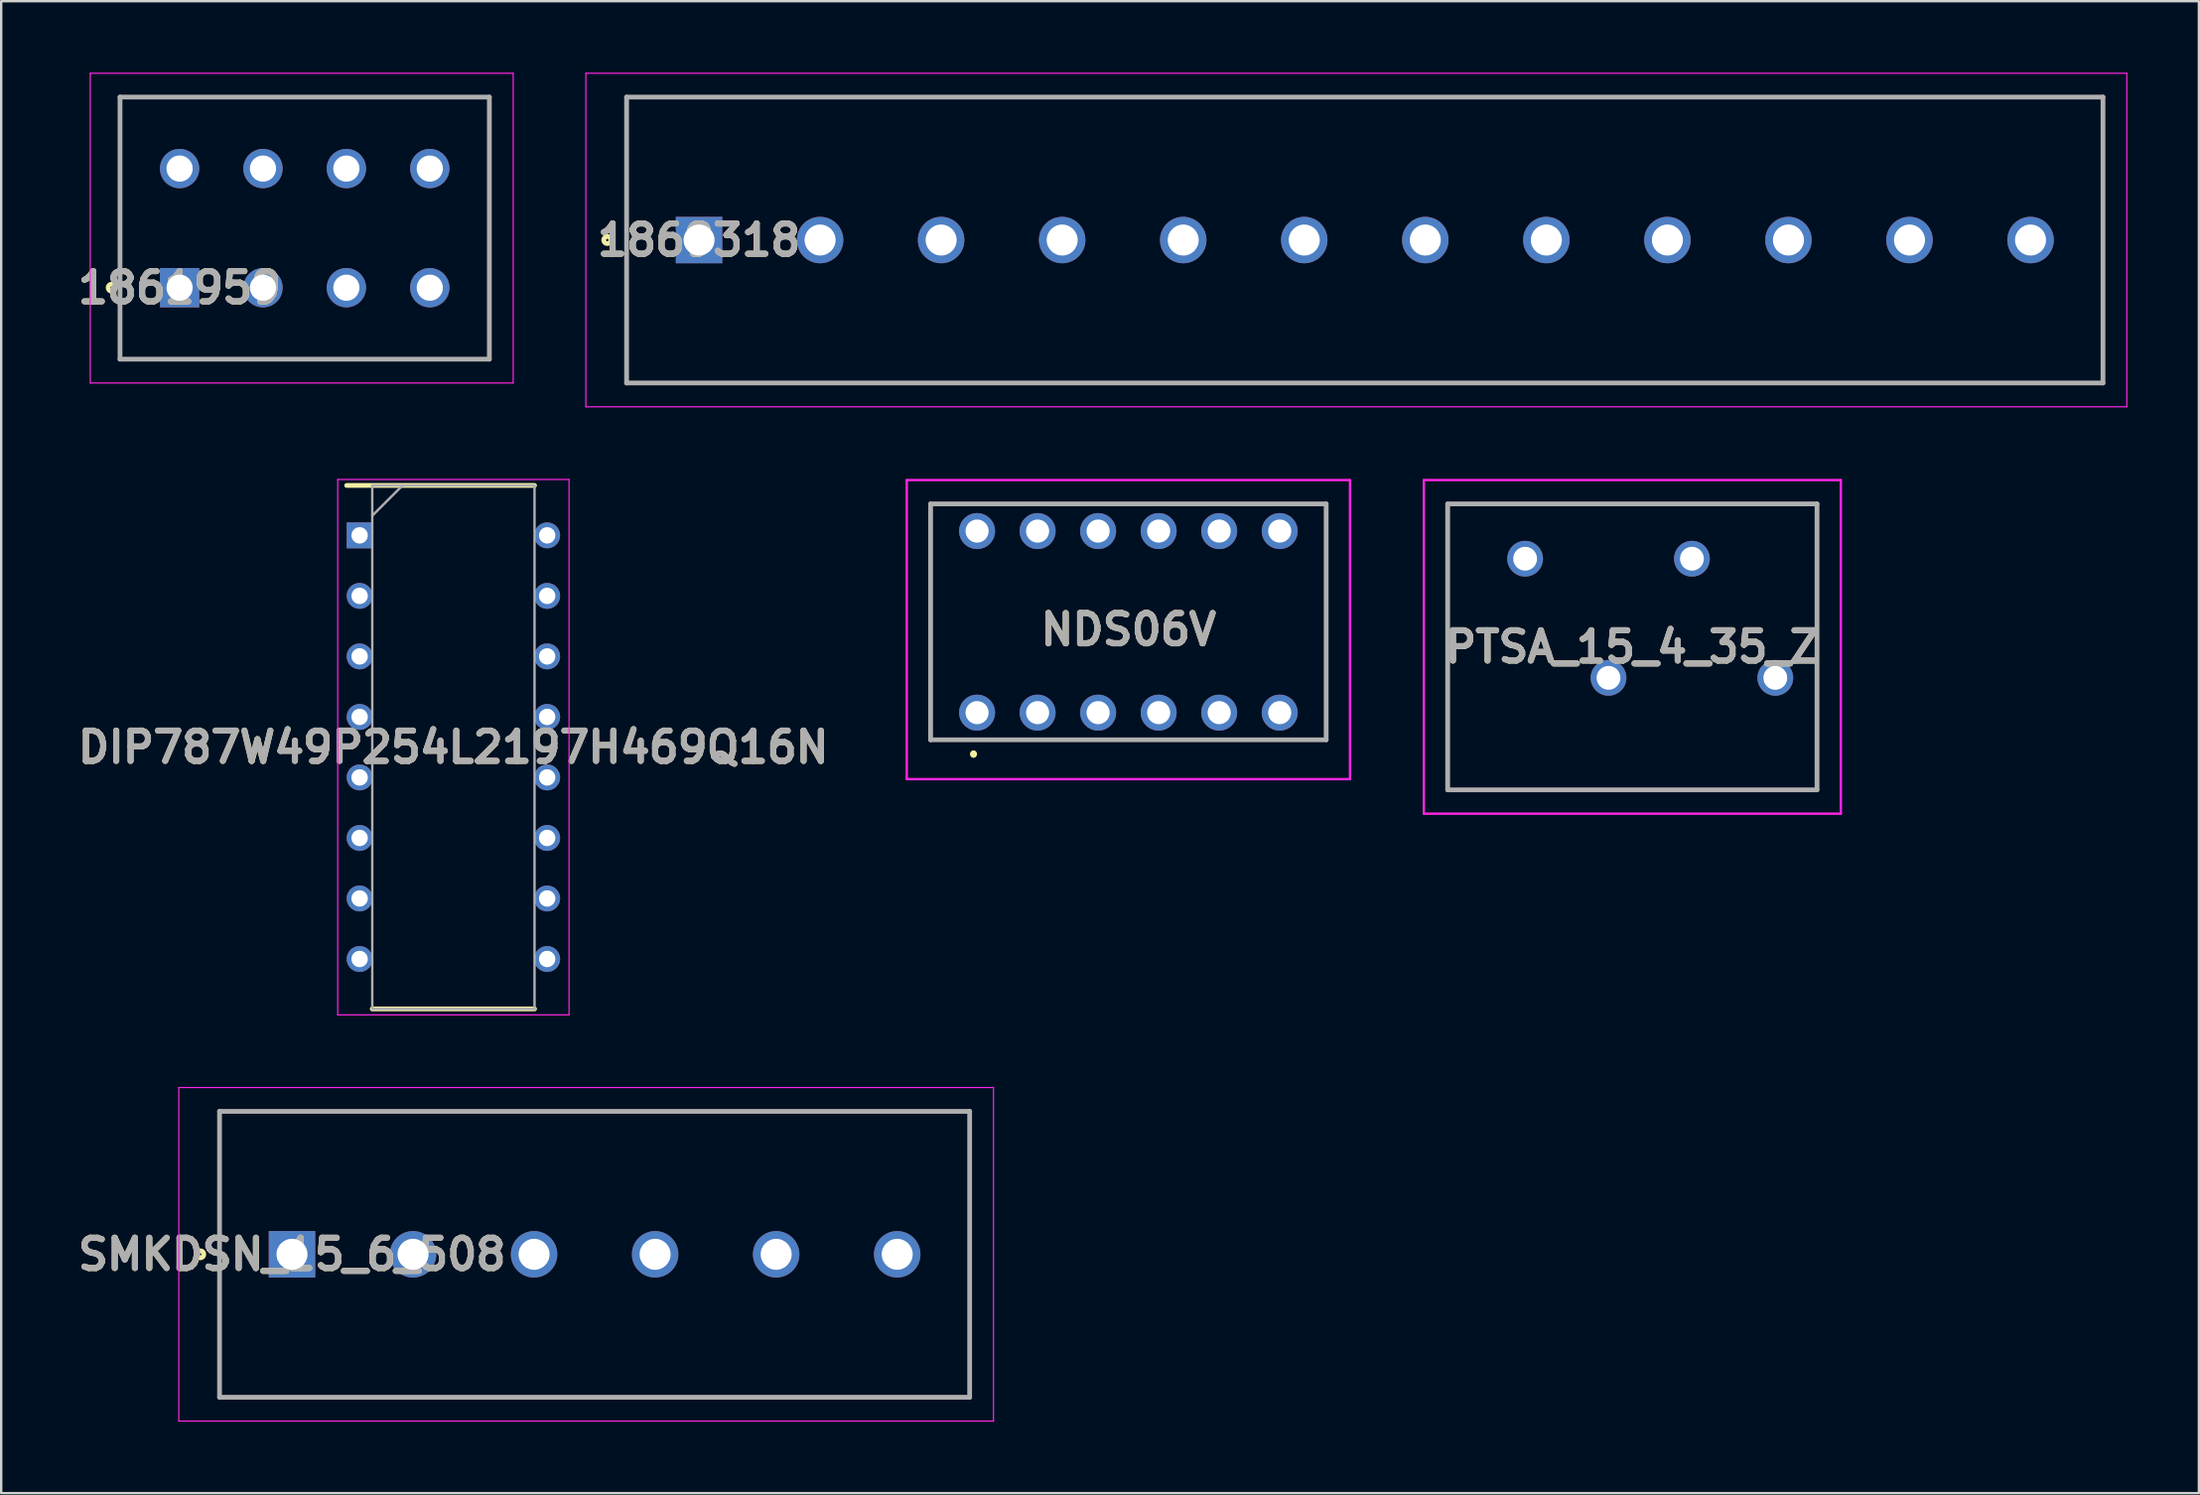
<source format=kicad_pcb>
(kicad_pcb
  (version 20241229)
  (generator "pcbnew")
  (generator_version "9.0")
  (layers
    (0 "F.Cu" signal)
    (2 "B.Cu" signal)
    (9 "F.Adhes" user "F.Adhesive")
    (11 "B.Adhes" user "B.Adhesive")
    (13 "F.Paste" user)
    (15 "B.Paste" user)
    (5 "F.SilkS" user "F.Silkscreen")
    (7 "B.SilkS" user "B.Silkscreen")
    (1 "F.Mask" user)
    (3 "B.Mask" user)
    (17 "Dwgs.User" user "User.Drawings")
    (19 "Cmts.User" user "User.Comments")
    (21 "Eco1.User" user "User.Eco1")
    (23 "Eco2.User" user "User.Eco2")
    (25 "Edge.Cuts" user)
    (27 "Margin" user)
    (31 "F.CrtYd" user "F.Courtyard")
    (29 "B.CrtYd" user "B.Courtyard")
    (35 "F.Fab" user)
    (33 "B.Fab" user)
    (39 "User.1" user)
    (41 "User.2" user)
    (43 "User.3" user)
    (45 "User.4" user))
  (footprint "1869318"
    (layer "F.Cu")
    (at 26.287 7.025)
    (property "Reference" "1869318" (at 0 0 0) (layer "F.SilkS") (effects (font (size 1.27 1.27) (thickness 0.254))))
    (attr through_hole)
    (fp_line (start -3.04 -6) (end 58.92 -6) (stroke (width 0.1) (type solid)) (layer "F.SilkS"))
    (fp_line (start -3.04 6) (end -3.04 -6) (stroke (width 0.1) (type solid)) (layer "F.SilkS"))
    (fp_line (start 58.92 -6) (end 58.92 6) (stroke (width 0.1) (type solid)) (layer "F.SilkS"))
    (fp_line (start 58.92 6) (end -3.04 6) (stroke (width 0.1) (type solid)) (layer "F.SilkS"))
    (fp_circle (center -3.85 0) (end -3.85 0.05) (stroke (width 0.2) (type solid)) (fill no) (layer "F.SilkS"))
    (fp_line (start -4.75 -7) (end 59.92 -7) (stroke (width 0.05) (type solid)) (layer "F.CrtYd"))
    (fp_line (start -4.75 7) (end -4.75 -7) (stroke (width 0.05) (type solid)) (layer "F.CrtYd"))
    (fp_line (start 59.92 -7) (end 59.92 7) (stroke (width 0.05) (type solid)) (layer "F.CrtYd"))
    (fp_line (start 59.92 7) (end -4.75 7) (stroke (width 0.05) (type solid)) (layer "F.CrtYd"))
    (fp_line (start -3.04 -6) (end 58.92 -6) (stroke (width 0.2) (type solid)) (layer "F.Fab"))
    (fp_line (start -3.04 6) (end -3.04 -6) (stroke (width 0.2) (type solid)) (layer "F.Fab"))
    (fp_line (start 58.92 -6) (end 58.92 6) (stroke (width 0.2) (type solid)) (layer "F.Fab"))
    (fp_line (start 58.92 6) (end -3.04 6) (stroke (width 0.2) (type solid)) (layer "F.Fab"))
    (fp_text user "${REFERENCE}" (at 0 0 0) (layer "F.Fab") (effects (font (size 1.27 1.27) (thickness 0.254))))
    (pad "1" thru_hole rect (at 0 0) (size 1.95 1.95) (drill 1.3) (layers "*.Cu" "*.Mask"))
    (pad "2" thru_hole circle (at 5.08 0) (size 1.95 1.95) (drill 1.3) (layers "*.Cu" "*.Mask"))
    (pad "3" thru_hole circle (at 10.16 0) (size 1.95 1.95) (drill 1.3) (layers "*.Cu" "*.Mask"))
    (pad "4" thru_hole circle (at 15.24 0) (size 1.95 1.95) (drill 1.3) (layers "*.Cu" "*.Mask"))
    (pad "5" thru_hole circle (at 20.32 0) (size 1.95 1.95) (drill 1.3) (layers "*.Cu" "*.Mask"))
    (pad "6" thru_hole circle (at 25.4 0) (size 1.95 1.95) (drill 1.3) (layers "*.Cu" "*.Mask"))
    (pad "7" thru_hole circle (at 30.48 0) (size 1.95 1.95) (drill 1.3) (layers "*.Cu" "*.Mask"))
    (pad "8" thru_hole circle (at 35.56 0) (size 1.95 1.95) (drill 1.3) (layers "*.Cu" "*.Mask"))
    (pad "9" thru_hole circle (at 40.64 0) (size 1.95 1.95) (drill 1.3) (layers "*.Cu" "*.Mask"))
    (pad "10" thru_hole circle (at 45.72 0) (size 1.95 1.95) (drill 1.3) (layers "*.Cu" "*.Mask"))
    (pad "11" thru_hole circle (at 50.8 0) (size 1.95 1.95) (drill 1.3) (layers "*.Cu" "*.Mask"))
    (pad "12" thru_hole circle (at 55.88 0) (size 1.95 1.95) (drill 1.3) (layers "*.Cu" "*.Mask")))
  (footprint "NDS06V"
    (layer "F.Cu")
    (at 37.956 26.86)
    (property "Reference" "NDS06V" (at 6.35 -3.485 0) (layer "F.SilkS") (effects (font (size 1.27 1.27) (thickness 0.254))))
    (attr through_hole)
    (fp_line (start -1.95 -8.76) (end 14.65 -8.76) (stroke (width 0.1) (type solid)) (layer "F.SilkS"))
    (fp_line (start -1.95 1.14) (end -1.95 -8.76) (stroke (width 0.1) (type solid)) (layer "F.SilkS"))
    (fp_line (start -0.15 1.69) (end -0.15 1.69) (stroke (width 0.2) (type solid)) (layer "F.SilkS"))
    (fp_line (start -0.15 1.79) (end -0.15 1.79) (stroke (width 0.2) (type solid)) (layer "F.SilkS"))
    (fp_line (start 14.65 -8.76) (end 14.65 1.14) (stroke (width 0.1) (type solid)) (layer "F.SilkS"))
    (fp_line (start 14.65 1.14) (end -1.95 1.14) (stroke (width 0.1) (type solid)) (layer "F.SilkS"))
    (fp_arc (start -0.15 1.69) (mid -0.1 1.74) (end -0.15 1.79) (stroke (width 0.2) (type solid)) (layer "F.SilkS"))
    (fp_arc (start -0.15 1.79) (mid -0.2 1.74) (end -0.15 1.69) (stroke (width 0.2) (type solid)) (layer "F.SilkS"))
    (fp_line (start -2.95 -9.76) (end 15.65 -9.76) (stroke (width 0.1) (type solid)) (layer "F.CrtYd"))
    (fp_line (start -2.95 2.79) (end -2.95 -9.76) (stroke (width 0.1) (type solid)) (layer "F.CrtYd"))
    (fp_line (start 15.65 -9.76) (end 15.65 2.79) (stroke (width 0.1) (type solid)) (layer "F.CrtYd"))
    (fp_line (start 15.65 2.79) (end -2.95 2.79) (stroke (width 0.1) (type solid)) (layer "F.CrtYd"))
    (fp_line (start -1.95 -8.76) (end 14.65 -8.76) (stroke (width 0.2) (type solid)) (layer "F.Fab"))
    (fp_line (start -1.95 1.14) (end -1.95 -8.76) (stroke (width 0.2) (type solid)) (layer "F.Fab"))
    (fp_line (start 14.65 -8.76) (end 14.65 1.14) (stroke (width 0.2) (type solid)) (layer "F.Fab"))
    (fp_line (start 14.65 1.14) (end -1.95 1.14) (stroke (width 0.2) (type solid)) (layer "F.Fab"))
    (fp_text user "${REFERENCE}" (at 6.35 -3.485 0) (layer "F.Fab") (effects (font (size 1.27 1.27) (thickness 0.254))))
    (pad "1" thru_hole circle (at 0 0) (size 1.509 1.509) (drill 0.97) (layers "*.Cu" "*.Mask"))
    (pad "2" thru_hole circle (at 2.54 0) (size 1.509 1.509) (drill 0.97) (layers "*.Cu" "*.Mask"))
    (pad "3" thru_hole circle (at 5.08 0) (size 1.509 1.509) (drill 0.97) (layers "*.Cu" "*.Mask"))
    (pad "4" thru_hole circle (at 7.62 0) (size 1.509 1.509) (drill 0.97) (layers "*.Cu" "*.Mask"))
    (pad "5" thru_hole circle (at 10.16 0) (size 1.509 1.509) (drill 0.97) (layers "*.Cu" "*.Mask"))
    (pad "6" thru_hole circle (at 12.7 0) (size 1.509 1.509) (drill 0.97) (layers "*.Cu" "*.Mask"))
    (pad "7" thru_hole circle (at 12.7 -7.62) (size 1.509 1.509) (drill 0.97) (layers "*.Cu" "*.Mask"))
    (pad "8" thru_hole circle (at 10.16 -7.62) (size 1.509 1.509) (drill 0.97) (layers "*.Cu" "*.Mask"))
    (pad "9" thru_hole circle (at 7.62 -7.62) (size 1.509 1.509) (drill 0.97) (layers "*.Cu" "*.Mask"))
    (pad "10" thru_hole circle (at 5.08 -7.62) (size 1.509 1.509) (drill 0.97) (layers "*.Cu" "*.Mask"))
    (pad "11" thru_hole circle (at 2.54 -7.62) (size 1.509 1.509) (drill 0.97) (layers "*.Cu" "*.Mask"))
    (pad "12" thru_hole circle (at 0 -7.62) (size 1.509 1.509) (drill 0.97) (layers "*.Cu" "*.Mask")))
  (footprint "1861959"
    (layer "F.Cu")
    (at 4.487 9.025)
    (property "Reference" "1861959" (at 0 0 0) (layer "F.SilkS") (effects (font (size 1.27 1.27) (thickness 0.254))))
    (attr through_hole)
    (fp_line (start -2.5 -8) (end 13 -8) (stroke (width 0.1) (type solid)) (layer "F.SilkS"))
    (fp_line (start -2.5 3) (end -2.5 -8) (stroke (width 0.1) (type solid)) (layer "F.SilkS"))
    (fp_line (start 13 -8) (end 13 3) (stroke (width 0.1) (type solid)) (layer "F.SilkS"))
    (fp_line (start 13 3) (end -2.5 3) (stroke (width 0.1) (type solid)) (layer "F.SilkS"))
    (fp_circle (center -2.85 0) (end -2.85 0.05) (stroke (width 0.2) (type solid)) (fill no) (layer "F.SilkS"))
    (fp_line (start -3.75 -9) (end 14 -9) (stroke (width 0.05) (type solid)) (layer "F.CrtYd"))
    (fp_line (start -3.75 4) (end -3.75 -9) (stroke (width 0.05) (type solid)) (layer "F.CrtYd"))
    (fp_line (start 14 -9) (end 14 4) (stroke (width 0.05) (type solid)) (layer "F.CrtYd"))
    (fp_line (start 14 4) (end -3.75 4) (stroke (width 0.05) (type solid)) (layer "F.CrtYd"))
    (fp_line (start -2.5 -8) (end 13 -8) (stroke (width 0.2) (type solid)) (layer "F.Fab"))
    (fp_line (start -2.5 3) (end -2.5 -8) (stroke (width 0.2) (type solid)) (layer "F.Fab"))
    (fp_line (start 13 -8) (end 13 3) (stroke (width 0.2) (type solid)) (layer "F.Fab"))
    (fp_line (start 13 3) (end -2.5 3) (stroke (width 0.2) (type solid)) (layer "F.Fab"))
    (fp_text user "${REFERENCE}" (at 0 0 0) (layer "F.Fab") (effects (font (size 1.27 1.27) (thickness 0.254))))
    (pad "1" thru_hole rect (at 0 0) (size 1.65 1.65) (drill 1.1) (layers "*.Cu" "*.Mask"))
    (pad "2" thru_hole circle (at 0 -5) (size 1.65 1.65) (drill 1.1) (layers "*.Cu" "*.Mask"))
    (pad "3" thru_hole circle (at 3.5 0) (size 1.65 1.65) (drill 1.1) (layers "*.Cu" "*.Mask"))
    (pad "4" thru_hole circle (at 3.5 -5) (size 1.65 1.65) (drill 1.1) (layers "*.Cu" "*.Mask"))
    (pad "5" thru_hole circle (at 7 0) (size 1.65 1.65) (drill 1.1) (layers "*.Cu" "*.Mask"))
    (pad "6" thru_hole circle (at 7 -5) (size 1.65 1.65) (drill 1.1) (layers "*.Cu" "*.Mask"))
    (pad "7" thru_hole circle (at 10.5 0) (size 1.65 1.65) (drill 1.1) (layers "*.Cu" "*.Mask"))
    (pad "8" thru_hole circle (at 10.5 -5) (size 1.65 1.65) (drill 1.1) (layers "*.Cu" "*.Mask")))
  (footprint "PTSA_15_4_35_Z"
    (layer "F.Cu")
    (at 60.956 20.4)
    (property "Reference" "PTSA_15_4_35_Z" (at 4.5 3.7 0) (layer "F.SilkS") (effects (font (size 1.27 1.27) (thickness 0.254))))
    (attr through_hole)
    (fp_line (start -3.25 -2.3) (end -3.25 9.7) (stroke (width 0.1) (type solid)) (layer "F.SilkS"))
    (fp_line (start -3.25 9.7) (end 12.25 9.7) (stroke (width 0.1) (type solid)) (layer "F.SilkS"))
    (fp_line (start 12.25 -2.3) (end -3.25 -2.3) (stroke (width 0.1) (type solid)) (layer "F.SilkS"))
    (fp_line (start 12.25 9.7) (end 12.25 -2.3) (stroke (width 0.1) (type solid)) (layer "F.SilkS"))
    (fp_line (start -4.25 -3.3) (end 13.25 -3.3) (stroke (width 0.1) (type solid)) (layer "F.CrtYd"))
    (fp_line (start -4.25 10.7) (end -4.25 -3.3) (stroke (width 0.1) (type solid)) (layer "F.CrtYd"))
    (fp_line (start 13.25 -3.3) (end 13.25 10.7) (stroke (width 0.1) (type solid)) (layer "F.CrtYd"))
    (fp_line (start 13.25 10.7) (end -4.25 10.7) (stroke (width 0.1) (type solid)) (layer "F.CrtYd"))
    (fp_line (start -3.25 -2.3) (end -3.25 9.7) (stroke (width 0.2) (type solid)) (layer "F.Fab"))
    (fp_line (start -3.25 9.7) (end 12.25 9.7) (stroke (width 0.2) (type solid)) (layer "F.Fab"))
    (fp_line (start 12.25 -2.3) (end -3.25 -2.3) (stroke (width 0.2) (type solid)) (layer "F.Fab"))
    (fp_line (start 12.25 9.7) (end 12.25 -2.3) (stroke (width 0.2) (type solid)) (layer "F.Fab"))
    (fp_text user "${REFERENCE}" (at 4.5 3.7 0) (layer "F.Fab") (effects (font (size 1.27 1.27) (thickness 0.254))))
    (pad "1" thru_hole circle (at 0 0) (size 1.5 1.5) (drill 1) (layers "*.Cu" "*.Mask"))
    (pad "2" thru_hole circle (at 3.5 5) (size 1.5 1.5) (drill 1) (layers "*.Cu" "*.Mask"))
    (pad "3" thru_hole circle (at 7 0) (size 1.5 1.5) (drill 1) (layers "*.Cu" "*.Mask"))
    (pad "4" thru_hole circle (at 10.5 5) (size 1.5 1.5) (drill 1) (layers "*.Cu" "*.Mask")))
  (footprint "DIP787W49P254L2197H469Q16N"
    (layer "F.Cu")
    (at 15.978 28.31)
    (property "Reference" "DIP787W49P254L2197H469Q16N" (at 0 0 0) (layer "F.SilkS") (effects (font (size 1.27 1.27) (thickness 0.254))))
    (attr through_hole)
    (fp_line (start -4.479 -10.985) (end 3.405 -10.985) (stroke (width 0.2) (type solid)) (layer "F.SilkS"))
    (fp_line (start -3.405 10.985) (end 3.405 10.985) (stroke (width 0.2) (type solid)) (layer "F.SilkS"))
    (fp_line (start -4.854 -11.235) (end 4.854 -11.235) (stroke (width 0.05) (type solid)) (layer "F.CrtYd"))
    (fp_line (start -4.854 11.235) (end -4.854 -11.235) (stroke (width 0.05) (type solid)) (layer "F.CrtYd"))
    (fp_line (start 4.854 -11.235) (end 4.854 11.235) (stroke (width 0.05) (type solid)) (layer "F.CrtYd"))
    (fp_line (start 4.854 11.235) (end -4.854 11.235) (stroke (width 0.05) (type solid)) (layer "F.CrtYd"))
    (fp_line (start -3.405 -10.985) (end 3.405 -10.985) (stroke (width 0.1) (type solid)) (layer "F.Fab"))
    (fp_line (start -3.405 -9.715) (end -2.135 -10.985) (stroke (width 0.1) (type solid)) (layer "F.Fab"))
    (fp_line (start -3.405 10.985) (end -3.405 -10.985) (stroke (width 0.1) (type solid)) (layer "F.Fab"))
    (fp_line (start 3.405 -10.985) (end 3.405 10.985) (stroke (width 0.1) (type solid)) (layer "F.Fab"))
    (fp_line (start 3.405 10.985) (end -3.405 10.985) (stroke (width 0.1) (type solid)) (layer "F.Fab"))
    (fp_text user "${REFERENCE}" (at 0 0 0) (layer "F.Fab") (effects (font (size 1.27 1.27) (thickness 0.254))))
    (pad "1" thru_hole rect (at -3.935 -8.89) (size 1.088 1.088) (drill 0.688) (layers "*.Cu" "*.Mask"))
    (pad "2" thru_hole circle (at -3.935 -6.35) (size 1.088 1.088) (drill 0.688) (layers "*.Cu" "*.Mask"))
    (pad "3" thru_hole circle (at -3.935 -3.81) (size 1.088 1.088) (drill 0.688) (layers "*.Cu" "*.Mask"))
    (pad "4" thru_hole circle (at -3.935 -1.27) (size 1.088 1.088) (drill 0.688) (layers "*.Cu" "*.Mask"))
    (pad "5" thru_hole circle (at -3.935 1.27) (size 1.088 1.088) (drill 0.688) (layers "*.Cu" "*.Mask"))
    (pad "6" thru_hole circle (at -3.935 3.81) (size 1.088 1.088) (drill 0.688) (layers "*.Cu" "*.Mask"))
    (pad "7" thru_hole circle (at -3.935 6.35) (size 1.088 1.088) (drill 0.688) (layers "*.Cu" "*.Mask"))
    (pad "8" thru_hole circle (at -3.935 8.89) (size 1.088 1.088) (drill 0.688) (layers "*.Cu" "*.Mask"))
    (pad "9" thru_hole circle (at 3.935 8.89) (size 1.088 1.088) (drill 0.688) (layers "*.Cu" "*.Mask"))
    (pad "10" thru_hole circle (at 3.935 6.35) (size 1.088 1.088) (drill 0.688) (layers "*.Cu" "*.Mask"))
    (pad "11" thru_hole circle (at 3.935 3.81) (size 1.088 1.088) (drill 0.688) (layers "*.Cu" "*.Mask"))
    (pad "12" thru_hole circle (at 3.935 1.27) (size 1.088 1.088) (drill 0.688) (layers "*.Cu" "*.Mask"))
    (pad "13" thru_hole circle (at 3.935 -1.27) (size 1.088 1.088) (drill 0.688) (layers "*.Cu" "*.Mask"))
    (pad "14" thru_hole circle (at 3.935 -3.81) (size 1.088 1.088) (drill 0.688) (layers "*.Cu" "*.Mask"))
    (pad "15" thru_hole circle (at 3.935 -6.35) (size 1.088 1.088) (drill 0.688) (layers "*.Cu" "*.Mask"))
    (pad "16" thru_hole circle (at 3.935 -8.89) (size 1.088 1.088) (drill 0.688) (layers "*.Cu" "*.Mask")))
  (footprint "SMKDSN_15_6_508"
    (layer "F.Cu")
    (at 9.204 49.595)
    (property "Reference" "SMKDSN_15_6_508" (at 0 0 0) (layer "F.SilkS") (effects (font (size 1.27 1.27) (thickness 0.254))))
    (attr through_hole)
    (fp_line (start -3.04 -6) (end 28.44 -6) (stroke (width 0.1) (type solid)) (layer "F.SilkS"))
    (fp_line (start -3.04 6) (end -3.04 -6) (stroke (width 0.1) (type solid)) (layer "F.SilkS"))
    (fp_line (start 28.44 -6) (end 28.44 6) (stroke (width 0.1) (type solid)) (layer "F.SilkS"))
    (fp_line (start 28.44 6) (end -3.04 6) (stroke (width 0.1) (type solid)) (layer "F.SilkS"))
    (fp_circle (center -3.85 0) (end -3.85 0.05) (stroke (width 0.2) (type solid)) (fill no) (layer "F.SilkS"))
    (fp_line (start -4.75 -7) (end 29.44 -7) (stroke (width 0.05) (type solid)) (layer "F.CrtYd"))
    (fp_line (start -4.75 7) (end -4.75 -7) (stroke (width 0.05) (type solid)) (layer "F.CrtYd"))
    (fp_line (start 29.44 -7) (end 29.44 7) (stroke (width 0.05) (type solid)) (layer "F.CrtYd"))
    (fp_line (start 29.44 7) (end -4.75 7) (stroke (width 0.05) (type solid)) (layer "F.CrtYd"))
    (fp_line (start -3.04 -6) (end 28.44 -6) (stroke (width 0.2) (type solid)) (layer "F.Fab"))
    (fp_line (start -3.04 6) (end -3.04 -6) (stroke (width 0.2) (type solid)) (layer "F.Fab"))
    (fp_line (start 28.44 -6) (end 28.44 6) (stroke (width 0.2) (type solid)) (layer "F.Fab"))
    (fp_line (start 28.44 6) (end -3.04 6) (stroke (width 0.2) (type solid)) (layer "F.Fab"))
    (fp_text user "${REFERENCE}" (at 0 0 0) (layer "F.Fab") (effects (font (size 1.27 1.27) (thickness 0.254))))
    (pad "1" thru_hole rect (at 0 0) (size 1.95 1.95) (drill 1.3) (layers "*.Cu" "*.Mask"))
    (pad "2" thru_hole circle (at 5.08 0) (size 1.95 1.95) (drill 1.3) (layers "*.Cu" "*.Mask"))
    (pad "3" thru_hole circle (at 10.16 0) (size 1.95 1.95) (drill 1.3) (layers "*.Cu" "*.Mask"))
    (pad "4" thru_hole circle (at 15.24 0) (size 1.95 1.95) (drill 1.3) (layers "*.Cu" "*.Mask"))
    (pad "5" thru_hole circle (at 20.32 0) (size 1.95 1.95) (drill 1.3) (layers "*.Cu" "*.Mask"))
    (pad "6" thru_hole circle (at 25.4 0) (size 1.95 1.95) (drill 1.3) (layers "*.Cu" "*.Mask")))
  (gr_rect
    (start -3 -3)
    (end 89.232 59.62)
    (stroke (width 0.1) (type default))
    (fill no)
    (layer "Edge.Cuts")))
</source>
